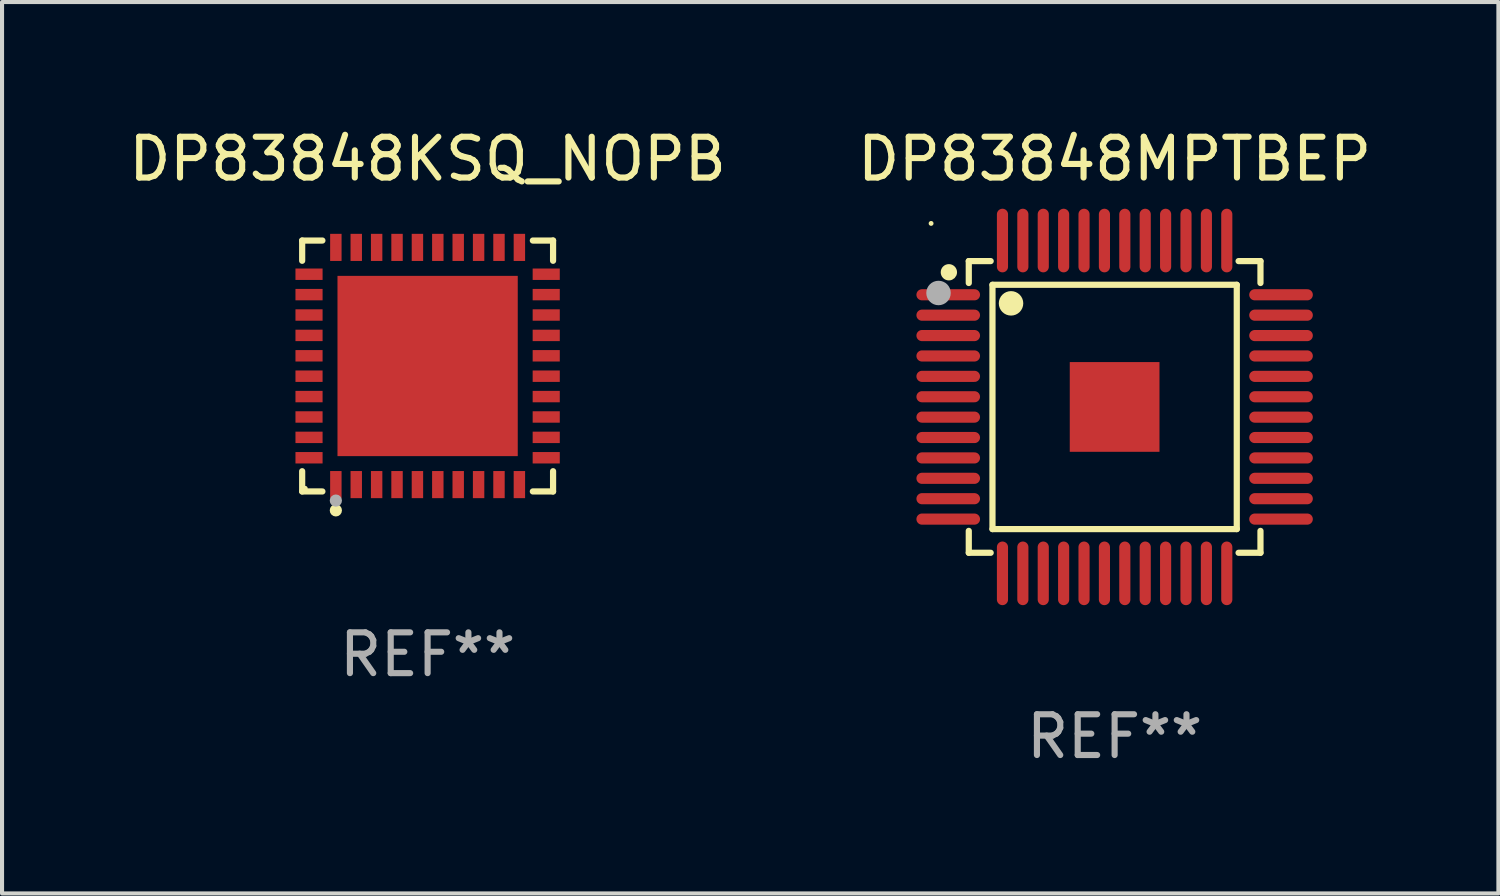
<source format=kicad_pcb>
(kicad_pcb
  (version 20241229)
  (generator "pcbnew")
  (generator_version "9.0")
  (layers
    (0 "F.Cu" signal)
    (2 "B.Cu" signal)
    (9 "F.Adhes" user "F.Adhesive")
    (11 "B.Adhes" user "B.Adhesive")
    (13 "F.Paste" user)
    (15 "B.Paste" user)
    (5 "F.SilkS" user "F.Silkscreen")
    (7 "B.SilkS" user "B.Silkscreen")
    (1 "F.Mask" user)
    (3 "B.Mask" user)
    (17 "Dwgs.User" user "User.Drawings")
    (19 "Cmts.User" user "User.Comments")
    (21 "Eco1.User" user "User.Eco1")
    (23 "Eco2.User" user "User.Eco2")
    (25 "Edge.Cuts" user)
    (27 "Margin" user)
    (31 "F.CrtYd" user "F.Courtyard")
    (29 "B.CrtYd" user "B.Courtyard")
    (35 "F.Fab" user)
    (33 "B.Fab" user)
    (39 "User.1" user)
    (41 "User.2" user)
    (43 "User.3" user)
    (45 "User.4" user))
  (footprint "DP83848KSQ_NOPB"
    (layer "F.Cu")
    (at 7.435 5.924)
    (property "Reference" "DP83848KSQ_NOPB" (at 0 -5.076 0) (layer "F.SilkS") (effects (font (size 1 1) (thickness 0.15))))
    (attr through_hole)
    (fp_line (start -3.076 -3.076) (end -2.58 -3.076) (stroke (width 0.152) (type solid)) (layer "F.SilkS"))
    (fp_line (start -3.076 -2.58) (end -3.076 -3.076) (stroke (width 0.152) (type solid)) (layer "F.SilkS"))
    (fp_line (start -3.076 2.58) (end -3.076 3.076) (stroke (width 0.152) (type solid)) (layer "F.SilkS"))
    (fp_line (start -3.076 3.076) (end -2.58 3.076) (stroke (width 0.152) (type solid)) (layer "F.SilkS"))
    (fp_line (start 3.076 -3.076) (end 2.58 -3.076) (stroke (width 0.152) (type solid)) (layer "F.SilkS"))
    (fp_line (start 3.076 -2.58) (end 3.076 -3.076) (stroke (width 0.152) (type solid)) (layer "F.SilkS"))
    (fp_line (start 3.076 2.58) (end 3.076 3.076) (stroke (width 0.152) (type solid)) (layer "F.SilkS"))
    (fp_line (start 3.076 3.076) (end 2.58 3.076) (stroke (width 0.152) (type solid)) (layer "F.SilkS"))
    (fp_circle (center -3 3) (end -2.97 3) (stroke (width 0.06) (type solid)) (fill no) (layer "F.SilkS"))
    (fp_circle (center -2.25 3.54) (end -2.175 3.54) (stroke (width 0.15) (type solid)) (fill no) (layer "F.SilkS"))
    (fp_circle (center -2.25 3.3) (end -2.175 3.3) (stroke (width 0.15) (type solid)) (fill no) (layer "F.Fab"))
    (fp_text user "REF**" (at 0 7.076 0) (layer "F.Fab") (effects (font (size 1 1) (thickness 0.15))))
    (pad "1" smd rect (at -2.25 2.908) (size 0.28 0.665) (layers "F.Cu" "F.Mask" "F.Paste"))
    (pad "2" smd rect (at -1.75 2.908) (size 0.28 0.665) (layers "F.Cu" "F.Mask" "F.Paste"))
    (pad "3" smd rect (at -1.25 2.908) (size 0.28 0.665) (layers "F.Cu" "F.Mask" "F.Paste"))
    (pad "4" smd rect (at -0.75 2.908) (size 0.28 0.665) (layers "F.Cu" "F.Mask" "F.Paste"))
    (pad "5" smd rect (at -0.25 2.908) (size 0.28 0.665) (layers "F.Cu" "F.Mask" "F.Paste"))
    (pad "6" smd rect (at 0.25 2.908) (size 0.28 0.665) (layers "F.Cu" "F.Mask" "F.Paste"))
    (pad "7" smd rect (at 0.75 2.908) (size 0.28 0.665) (layers "F.Cu" "F.Mask" "F.Paste"))
    (pad "8" smd rect (at 1.25 2.908) (size 0.28 0.665) (layers "F.Cu" "F.Mask" "F.Paste"))
    (pad "9" smd rect (at 1.75 2.908) (size 0.28 0.665) (layers "F.Cu" "F.Mask" "F.Paste"))
    (pad "10" smd rect (at 2.25 2.908) (size 0.28 0.665) (layers "F.Cu" "F.Mask" "F.Paste"))
    (pad "11" smd rect (at 2.908 2.25) (size 0.665 0.28) (layers "F.Cu" "F.Mask" "F.Paste"))
    (pad "12" smd rect (at 2.908 1.75) (size 0.665 0.28) (layers "F.Cu" "F.Mask" "F.Paste"))
    (pad "13" smd rect (at 2.908 1.25) (size 0.665 0.28) (layers "F.Cu" "F.Mask" "F.Paste"))
    (pad "14" smd rect (at 2.908 0.75) (size 0.665 0.28) (layers "F.Cu" "F.Mask" "F.Paste"))
    (pad "15" smd rect (at 2.908 0.25) (size 0.665 0.28) (layers "F.Cu" "F.Mask" "F.Paste"))
    (pad "16" smd rect (at 2.908 -0.25) (size 0.665 0.28) (layers "F.Cu" "F.Mask" "F.Paste"))
    (pad "17" smd rect (at 2.908 -0.75) (size 0.665 0.28) (layers "F.Cu" "F.Mask" "F.Paste"))
    (pad "18" smd rect (at 2.908 -1.25) (size 0.665 0.28) (layers "F.Cu" "F.Mask" "F.Paste"))
    (pad "19" smd rect (at 2.908 -1.75) (size 0.665 0.28) (layers "F.Cu" "F.Mask" "F.Paste"))
    (pad "20" smd rect (at 2.908 -2.25) (size 0.665 0.28) (layers "F.Cu" "F.Mask" "F.Paste"))
    (pad "21" smd rect (at 2.25 -2.908) (size 0.28 0.665) (layers "F.Cu" "F.Mask" "F.Paste"))
    (pad "22" smd rect (at 1.75 -2.908) (size 0.28 0.665) (layers "F.Cu" "F.Mask" "F.Paste"))
    (pad "23" smd rect (at 1.25 -2.908) (size 0.28 0.665) (layers "F.Cu" "F.Mask" "F.Paste"))
    (pad "24" smd rect (at 0.75 -2.908) (size 0.28 0.665) (layers "F.Cu" "F.Mask" "F.Paste"))
    (pad "25" smd rect (at 0.25 -2.908) (size 0.28 0.665) (layers "F.Cu" "F.Mask" "F.Paste"))
    (pad "26" smd rect (at -0.25 -2.908) (size 0.28 0.665) (layers "F.Cu" "F.Mask" "F.Paste"))
    (pad "27" smd rect (at -0.75 -2.908) (size 0.28 0.665) (layers "F.Cu" "F.Mask" "F.Paste"))
    (pad "28" smd rect (at -1.25 -2.908) (size 0.28 0.665) (layers "F.Cu" "F.Mask" "F.Paste"))
    (pad "29" smd rect (at -1.75 -2.908) (size 0.28 0.665) (layers "F.Cu" "F.Mask" "F.Paste"))
    (pad "30" smd rect (at -2.25 -2.908) (size 0.28 0.665) (layers "F.Cu" "F.Mask" "F.Paste"))
    (pad "31" smd rect (at -2.908 -2.25) (size 0.665 0.28) (layers "F.Cu" "F.Mask" "F.Paste"))
    (pad "32" smd rect (at -2.908 -1.75) (size 0.665 0.28) (layers "F.Cu" "F.Mask" "F.Paste"))
    (pad "33" smd rect (at -2.908 -1.25) (size 0.665 0.28) (layers "F.Cu" "F.Mask" "F.Paste"))
    (pad "34" smd rect (at -2.908 -0.75) (size 0.665 0.28) (layers "F.Cu" "F.Mask" "F.Paste"))
    (pad "35" smd rect (at -2.908 -0.25) (size 0.665 0.28) (layers "F.Cu" "F.Mask" "F.Paste"))
    (pad "36" smd rect (at -2.908 0.25) (size 0.665 0.28) (layers "F.Cu" "F.Mask" "F.Paste"))
    (pad "37" smd rect (at -2.908 0.75) (size 0.665 0.28) (layers "F.Cu" "F.Mask" "F.Paste"))
    (pad "38" smd rect (at -2.908 1.25) (size 0.665 0.28) (layers "F.Cu" "F.Mask" "F.Paste"))
    (pad "39" smd rect (at -2.908 1.75) (size 0.665 0.28) (layers "F.Cu" "F.Mask" "F.Paste"))
    (pad "40" smd rect (at -2.908 2.25) (size 0.665 0.28) (layers "F.Cu" "F.Mask" "F.Paste"))
    (pad "41" smd rect (at 0 0) (size 4.42 4.42) (layers "F.Cu" "F.Mask" "F.Paste")))
  (footprint "DP83848MPTBEP"
    (layer "F.Cu")
    (at 24.28 6.928)
    (property "Reference" "DP83848MPTBEP" (at 0 -6.08 0) (layer "F.SilkS") (effects (font (size 1 1) (thickness 0.15))))
    (attr through_hole)
    (fp_line (start -3.576 -3.576) (end -3.039 -3.576) (stroke (width 0.152) (type solid)) (layer "F.SilkS"))
    (fp_line (start -3.576 -3.039) (end -3.576 -3.576) (stroke (width 0.152) (type solid)) (layer "F.SilkS"))
    (fp_line (start -3.576 3.039) (end -3.576 3.576) (stroke (width 0.152) (type solid)) (layer "F.SilkS"))
    (fp_line (start -3.576 3.576) (end -3.039 3.576) (stroke (width 0.152) (type solid)) (layer "F.SilkS"))
    (fp_line (start -2.995 -2.995) (end 2.995 -2.995) (stroke (width 0.152) (type solid)) (layer "F.SilkS"))
    (fp_line (start -2.995 2.995) (end -2.995 -2.995) (stroke (width 0.152) (type solid)) (layer "F.SilkS"))
    (fp_line (start 2.995 -2.995) (end 2.995 2.995) (stroke (width 0.152) (type solid)) (layer "F.SilkS"))
    (fp_line (start 2.995 2.995) (end -2.995 2.995) (stroke (width 0.152) (type solid)) (layer "F.SilkS"))
    (fp_line (start 3.576 -3.576) (end 3.039 -3.576) (stroke (width 0.152) (type solid)) (layer "F.SilkS"))
    (fp_line (start 3.576 -3.039) (end 3.576 -3.576) (stroke (width 0.152) (type solid)) (layer "F.SilkS"))
    (fp_line (start 3.576 3.039) (end 3.576 3.576) (stroke (width 0.152) (type solid)) (layer "F.SilkS"))
    (fp_line (start 3.576 3.576) (end 3.039 3.576) (stroke (width 0.152) (type solid)) (layer "F.SilkS"))
    (fp_circle (center -4.5 -4.5) (end -4.47 -4.5) (stroke (width 0.06) (type solid)) (fill no) (layer "F.SilkS"))
    (fp_circle (center -4.064 -3.302) (end -3.964 -3.302) (stroke (width 0.2) (type solid)) (fill no) (layer "F.SilkS"))
    (fp_circle (center -2.54 -2.54) (end -2.39 -2.54) (stroke (width 0.3) (type solid)) (fill no) (layer "F.SilkS"))
    (fp_circle (center -4.318 -2.794) (end -4.168 -2.794) (stroke (width 0.3) (type solid)) (fill no) (layer "F.Fab"))
    (fp_text user "REF**" (at 0 8.08 0) (layer "F.Fab") (effects (font (size 1 1) (thickness 0.15))))
    (pad "1" smd oval (at -4.08 -2.75) (size 1.56 0.273) (layers "F.Cu" "F.Mask" "F.Paste"))
    (pad "2" smd oval (at -4.08 -2.25) (size 1.56 0.273) (layers "F.Cu" "F.Mask" "F.Paste"))
    (pad "3" smd oval (at -4.08 -1.75) (size 1.56 0.273) (layers "F.Cu" "F.Mask" "F.Paste"))
    (pad "4" smd oval (at -4.08 -1.25) (size 1.56 0.273) (layers "F.Cu" "F.Mask" "F.Paste"))
    (pad "5" smd oval (at -4.08 -0.75) (size 1.56 0.273) (layers "F.Cu" "F.Mask" "F.Paste"))
    (pad "6" smd oval (at -4.08 -0.25) (size 1.56 0.273) (layers "F.Cu" "F.Mask" "F.Paste"))
    (pad "7" smd oval (at -4.08 0.25) (size 1.56 0.273) (layers "F.Cu" "F.Mask" "F.Paste"))
    (pad "8" smd oval (at -4.08 0.75) (size 1.56 0.273) (layers "F.Cu" "F.Mask" "F.Paste"))
    (pad "9" smd oval (at -4.08 1.25) (size 1.56 0.273) (layers "F.Cu" "F.Mask" "F.Paste"))
    (pad "10" smd oval (at -4.08 1.75) (size 1.56 0.273) (layers "F.Cu" "F.Mask" "F.Paste"))
    (pad "11" smd oval (at -4.08 2.25) (size 1.56 0.273) (layers "F.Cu" "F.Mask" "F.Paste"))
    (pad "12" smd oval (at -4.08 2.75) (size 1.56 0.273) (layers "F.Cu" "F.Mask" "F.Paste"))
    (pad "13" smd oval (at -2.75 4.08) (size 0.273 1.56) (layers "F.Cu" "F.Mask" "F.Paste"))
    (pad "14" smd oval (at -2.25 4.08) (size 0.273 1.56) (layers "F.Cu" "F.Mask" "F.Paste"))
    (pad "15" smd oval (at -1.75 4.08) (size 0.273 1.56) (layers "F.Cu" "F.Mask" "F.Paste"))
    (pad "16" smd oval (at -1.25 4.08) (size 0.273 1.56) (layers "F.Cu" "F.Mask" "F.Paste"))
    (pad "17" smd oval (at -0.75 4.08) (size 0.273 1.56) (layers "F.Cu" "F.Mask" "F.Paste"))
    (pad "18" smd oval (at -0.25 4.08) (size 0.273 1.56) (layers "F.Cu" "F.Mask" "F.Paste"))
    (pad "19" smd oval (at 0.25 4.08) (size 0.273 1.56) (layers "F.Cu" "F.Mask" "F.Paste"))
    (pad "20" smd oval (at 0.75 4.08) (size 0.273 1.56) (layers "F.Cu" "F.Mask" "F.Paste"))
    (pad "21" smd oval (at 1.25 4.08) (size 0.273 1.56) (layers "F.Cu" "F.Mask" "F.Paste"))
    (pad "22" smd oval (at 1.75 4.08) (size 0.273 1.56) (layers "F.Cu" "F.Mask" "F.Paste"))
    (pad "23" smd oval (at 2.25 4.08) (size 0.273 1.56) (layers "F.Cu" "F.Mask" "F.Paste"))
    (pad "24" smd oval (at 2.75 4.08) (size 0.273 1.56) (layers "F.Cu" "F.Mask" "F.Paste"))
    (pad "25" smd oval (at 4.08 2.75) (size 1.56 0.273) (layers "F.Cu" "F.Mask" "F.Paste"))
    (pad "26" smd oval (at 4.08 2.25) (size 1.56 0.273) (layers "F.Cu" "F.Mask" "F.Paste"))
    (pad "27" smd oval (at 4.08 1.75) (size 1.56 0.273) (layers "F.Cu" "F.Mask" "F.Paste"))
    (pad "28" smd oval (at 4.08 1.25) (size 1.56 0.273) (layers "F.Cu" "F.Mask" "F.Paste"))
    (pad "29" smd oval (at 4.08 0.75) (size 1.56 0.273) (layers "F.Cu" "F.Mask" "F.Paste"))
    (pad "30" smd oval (at 4.08 0.25) (size 1.56 0.273) (layers "F.Cu" "F.Mask" "F.Paste"))
    (pad "31" smd oval (at 4.08 -0.25) (size 1.56 0.273) (layers "F.Cu" "F.Mask" "F.Paste"))
    (pad "32" smd oval (at 4.08 -0.75) (size 1.56 0.273) (layers "F.Cu" "F.Mask" "F.Paste"))
    (pad "33" smd oval (at 4.08 -1.25) (size 1.56 0.273) (layers "F.Cu" "F.Mask" "F.Paste"))
    (pad "34" smd oval (at 4.08 -1.75) (size 1.56 0.273) (layers "F.Cu" "F.Mask" "F.Paste"))
    (pad "35" smd oval (at 4.08 -2.25) (size 1.56 0.273) (layers "F.Cu" "F.Mask" "F.Paste"))
    (pad "36" smd oval (at 4.08 -2.75) (size 1.56 0.273) (layers "F.Cu" "F.Mask" "F.Paste"))
    (pad "37" smd oval (at 2.75 -4.08) (size 0.273 1.56) (layers "F.Cu" "F.Mask" "F.Paste"))
    (pad "38" smd oval (at 2.25 -4.08) (size 0.273 1.56) (layers "F.Cu" "F.Mask" "F.Paste"))
    (pad "39" smd oval (at 1.75 -4.08) (size 0.273 1.56) (layers "F.Cu" "F.Mask" "F.Paste"))
    (pad "40" smd oval (at 1.25 -4.08) (size 0.273 1.56) (layers "F.Cu" "F.Mask" "F.Paste"))
    (pad "41" smd oval (at 0.75 -4.08) (size 0.273 1.56) (layers "F.Cu" "F.Mask" "F.Paste"))
    (pad "42" smd oval (at 0.25 -4.08) (size 0.273 1.56) (layers "F.Cu" "F.Mask" "F.Paste"))
    (pad "43" smd oval (at -0.25 -4.08) (size 0.273 1.56) (layers "F.Cu" "F.Mask" "F.Paste"))
    (pad "44" smd oval (at -0.75 -4.08) (size 0.273 1.56) (layers "F.Cu" "F.Mask" "F.Paste"))
    (pad "45" smd oval (at -1.25 -4.08) (size 0.273 1.56) (layers "F.Cu" "F.Mask" "F.Paste"))
    (pad "46" smd oval (at -1.75 -4.08) (size 0.273 1.56) (layers "F.Cu" "F.Mask" "F.Paste"))
    (pad "47" smd oval (at -2.25 -4.08) (size 0.273 1.56) (layers "F.Cu" "F.Mask" "F.Paste"))
    (pad "48" smd oval (at -2.75 -4.08) (size 0.273 1.56) (layers "F.Cu" "F.Mask" "F.Paste"))
    (pad "49" smd rect (at 0 0) (size 2.2 2.2) (layers "F.Cu" "F.Mask" "F.Paste")))
  (gr_rect
    (start -3 -3)
    (end 33.69 18.857)
    (stroke (width 0.1) (type default))
    (fill no)
    (layer "Edge.Cuts")))
</source>
